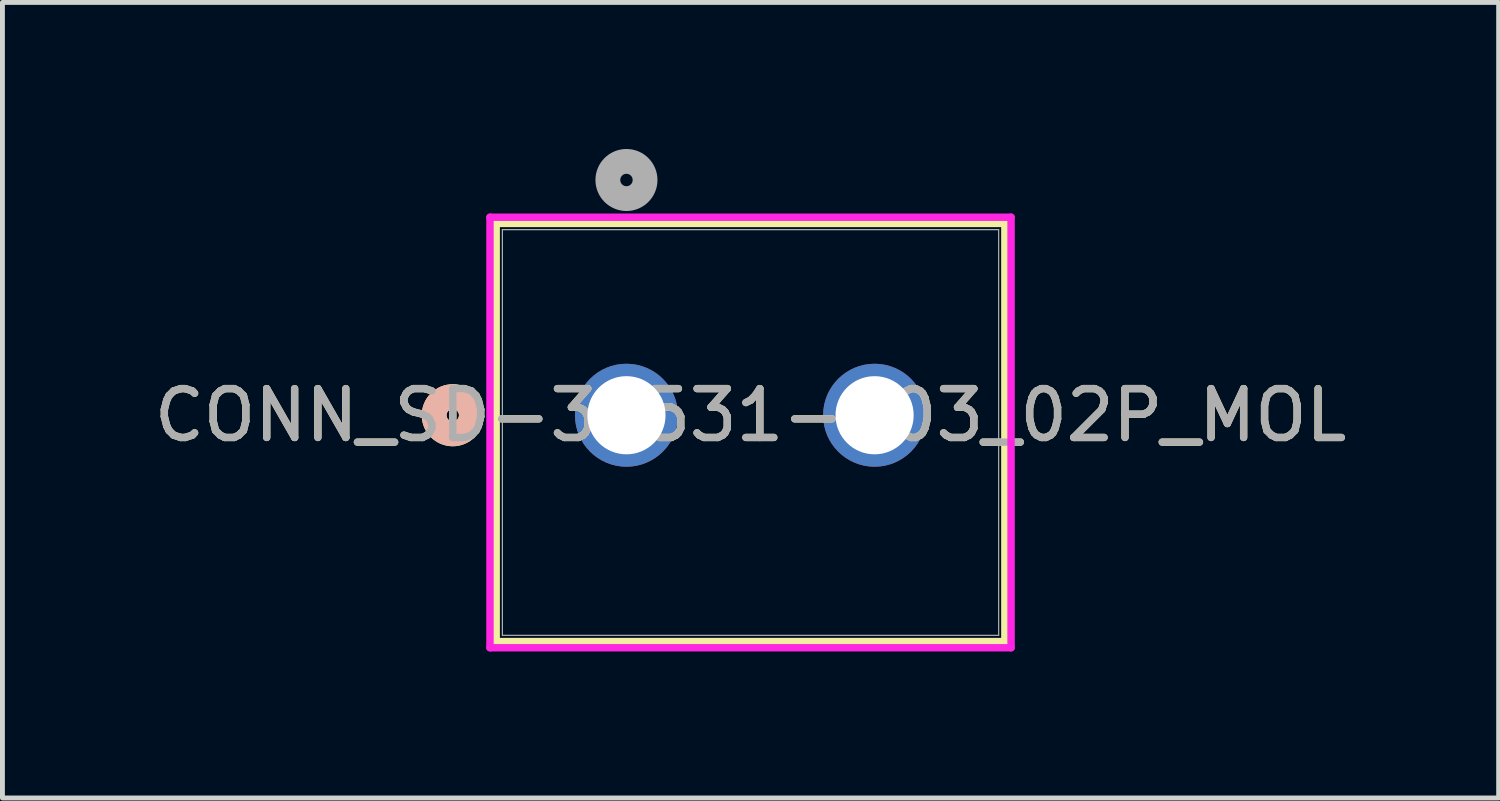
<source format=kicad_pcb>
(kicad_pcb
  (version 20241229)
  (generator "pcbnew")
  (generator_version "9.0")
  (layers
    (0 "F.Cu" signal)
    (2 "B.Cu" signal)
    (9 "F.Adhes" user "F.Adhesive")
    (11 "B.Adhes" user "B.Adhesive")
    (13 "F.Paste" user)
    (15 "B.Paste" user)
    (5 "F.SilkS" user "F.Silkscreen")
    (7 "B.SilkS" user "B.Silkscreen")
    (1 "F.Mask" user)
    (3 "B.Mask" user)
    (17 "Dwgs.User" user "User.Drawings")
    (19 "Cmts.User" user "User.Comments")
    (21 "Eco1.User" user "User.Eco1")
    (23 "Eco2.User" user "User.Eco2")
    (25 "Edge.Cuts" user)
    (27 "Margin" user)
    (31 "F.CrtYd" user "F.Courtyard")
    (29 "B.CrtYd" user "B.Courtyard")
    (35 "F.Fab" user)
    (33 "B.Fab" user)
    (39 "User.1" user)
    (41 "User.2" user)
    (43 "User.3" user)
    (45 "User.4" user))
  (footprint "CONN_SD-39531-003_02P_MOL"
    (layer "F.Cu")
    (at 9.775 5.451)
    (property "Reference" "CONN_SD-39531-003_02P_MOL" (at 2.54 0 0) (unlocked yes) (layer "F.SilkS") (effects (font (size 1 1) (thickness 0.15))))
    (attr through_hole)
    (fp_line (start -2.667 -3.927) (end -2.667 4.633) (stroke (width 0.152) (type solid)) (layer "F.SilkS"))
    (fp_line (start -2.667 4.633) (end 7.747 4.633) (stroke (width 0.152) (type solid)) (layer "F.SilkS"))
    (fp_line (start 7.747 -3.927) (end -2.667 -3.927) (stroke (width 0.152) (type solid)) (layer "F.SilkS"))
    (fp_line (start 7.747 4.633) (end 7.747 -3.927) (stroke (width 0.152) (type solid)) (layer "F.SilkS"))
    (fp_circle (center -3.556 0) (end -3.175 0) (stroke (width 0.508) (type solid)) (fill no) (layer "F.SilkS"))
    (fp_circle (center -3.556 0) (end -3.175 0) (stroke (width 0.508) (type solid)) (fill no) (layer "B.SilkS"))
    (fp_line (start -2.794 -4.054) (end -2.794 4.76) (stroke (width 0.152) (type solid)) (layer "F.CrtYd"))
    (fp_line (start -2.794 4.76) (end 7.874 4.76) (stroke (width 0.152) (type solid)) (layer "F.CrtYd"))
    (fp_line (start 7.874 -4.054) (end -2.794 -4.054) (stroke (width 0.152) (type solid)) (layer "F.CrtYd"))
    (fp_line (start 7.874 4.76) (end 7.874 -4.054) (stroke (width 0.152) (type solid)) (layer "F.CrtYd"))
    (fp_line (start -2.54 -3.8) (end -2.54 4.506) (stroke (width 0.025) (type solid)) (layer "F.Fab"))
    (fp_line (start -2.54 4.506) (end 7.62 4.506) (stroke (width 0.025) (type solid)) (layer "F.Fab"))
    (fp_line (start 7.62 -3.8) (end -2.54 -3.8) (stroke (width 0.025) (type solid)) (layer "F.Fab"))
    (fp_line (start 7.62 4.506) (end 7.62 -3.8) (stroke (width 0.025) (type solid)) (layer "F.Fab"))
    (fp_circle (center 0 -4.816) (end 0.381 -4.816) (stroke (width 0.508) (type solid)) (fill no) (layer "F.Fab"))
    (fp_text user "${REFERENCE}" (at 2.54 0 0) (unlocked yes) (layer "F.Fab") (effects (font (size 1 1) (thickness 0.15))))
    (pad "1" thru_hole circle (at 0 0) (size 2.108 2.108) (drill 1.6) (layers "*.Cu" "*.Mask"))
    (pad "2" thru_hole circle (at 5.08 0) (size 2.108 2.108) (drill 1.6) (layers "*.Cu" "*.Mask")))
  (gr_rect
    (start -3 -3)
    (end 27.631 13.287)
    (stroke (width 0.1) (type default))
    (fill no)
    (layer "Edge.Cuts")))
</source>
